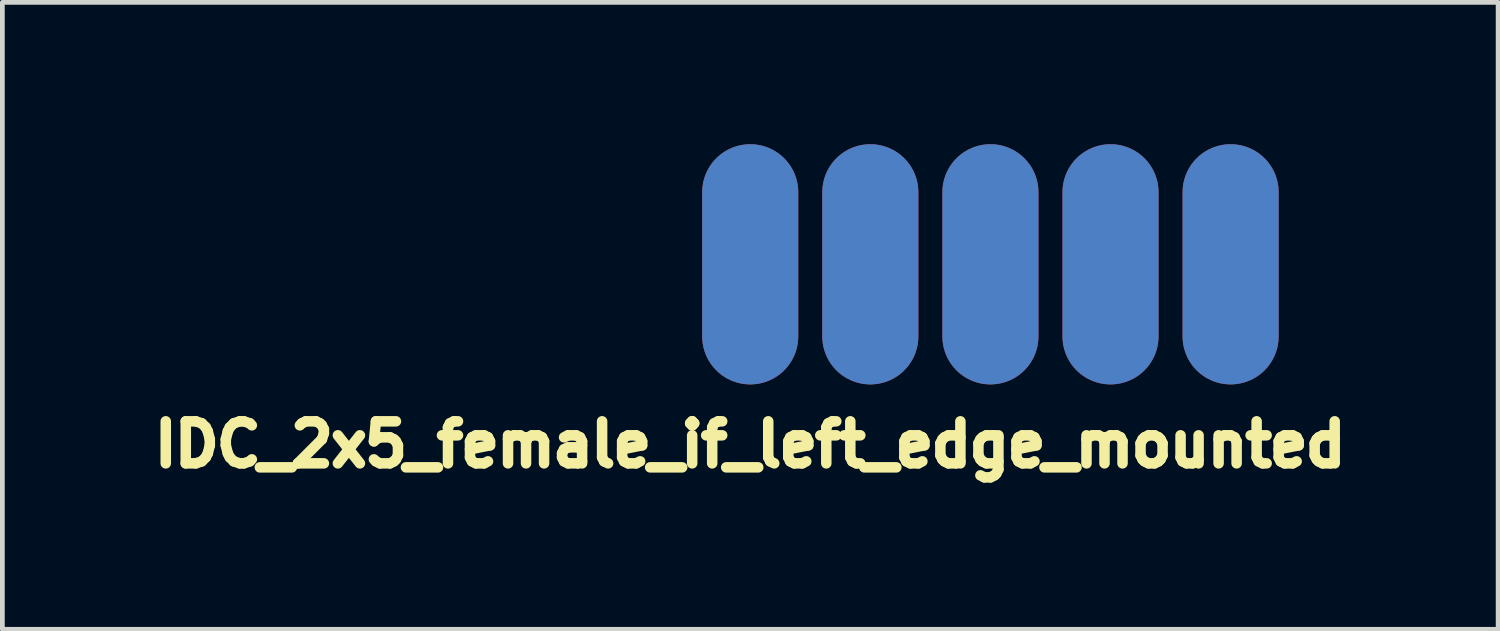
<source format=kicad_pcb>
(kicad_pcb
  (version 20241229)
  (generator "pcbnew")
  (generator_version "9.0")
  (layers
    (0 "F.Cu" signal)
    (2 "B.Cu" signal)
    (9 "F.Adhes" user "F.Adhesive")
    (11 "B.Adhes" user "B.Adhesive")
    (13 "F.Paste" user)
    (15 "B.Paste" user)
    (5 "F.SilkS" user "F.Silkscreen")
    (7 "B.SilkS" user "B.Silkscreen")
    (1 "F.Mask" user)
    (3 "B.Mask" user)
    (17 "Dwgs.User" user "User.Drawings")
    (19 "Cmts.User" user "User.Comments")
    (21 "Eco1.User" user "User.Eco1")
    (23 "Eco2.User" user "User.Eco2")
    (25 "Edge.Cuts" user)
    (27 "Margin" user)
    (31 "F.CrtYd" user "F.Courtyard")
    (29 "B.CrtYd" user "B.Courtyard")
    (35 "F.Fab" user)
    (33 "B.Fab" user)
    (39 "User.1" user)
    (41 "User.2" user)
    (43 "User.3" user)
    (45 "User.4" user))
  (footprint "IDC_2x5_female_if_left_edge_mounted"
    (layer "F.Cu")
    (at 12.817 2.54)
    (property "Reference" "IDC_2x5_female_if_left_edge_mounted" (at 0 3.81 0) (layer "F.SilkS") (effects (font (size 0.889 0.889) (thickness 0.305))))
    (attr through_hole)
    (pad "1" connect oval (at 0 0) (size 2.032 5.08) (layers "F.Cu" "F.Mask"))
    (pad "2" connect oval (at 0 0) (size 2.032 5.08) (layers "B.Cu" "B.Mask"))
    (pad "3" connect oval (at 2.54 0) (size 2.032 5.08) (layers "F.Cu" "F.Mask"))
    (pad "4" connect oval (at 2.54 0) (size 2.032 5.08) (layers "B.Cu" "B.Mask"))
    (pad "5" connect oval (at 5.08 0) (size 2.032 5.08) (layers "F.Cu" "F.Mask"))
    (pad "6" connect oval (at 5.08 0) (size 2.032 5.08) (layers "B.Cu" "B.Mask"))
    (pad "7" connect oval (at 7.62 0) (size 2.032 5.08) (layers "F.Cu" "F.Mask"))
    (pad "8" connect oval (at 7.62 0) (size 2.032 5.08) (layers "B.Cu" "B.Mask"))
    (pad "9" connect oval (at 10.16 0) (size 2.032 5.08) (layers "F.Cu" "F.Mask"))
    (pad "10" connect oval (at 10.16 0) (size 2.032 5.08) (layers "B.Cu" "B.Mask")))
  (gr_rect
    (start -3 -3)
    (end 28.635 10.26)
    (stroke (width 0.1) (type default))
    (fill no)
    (layer "Edge.Cuts")))
</source>
